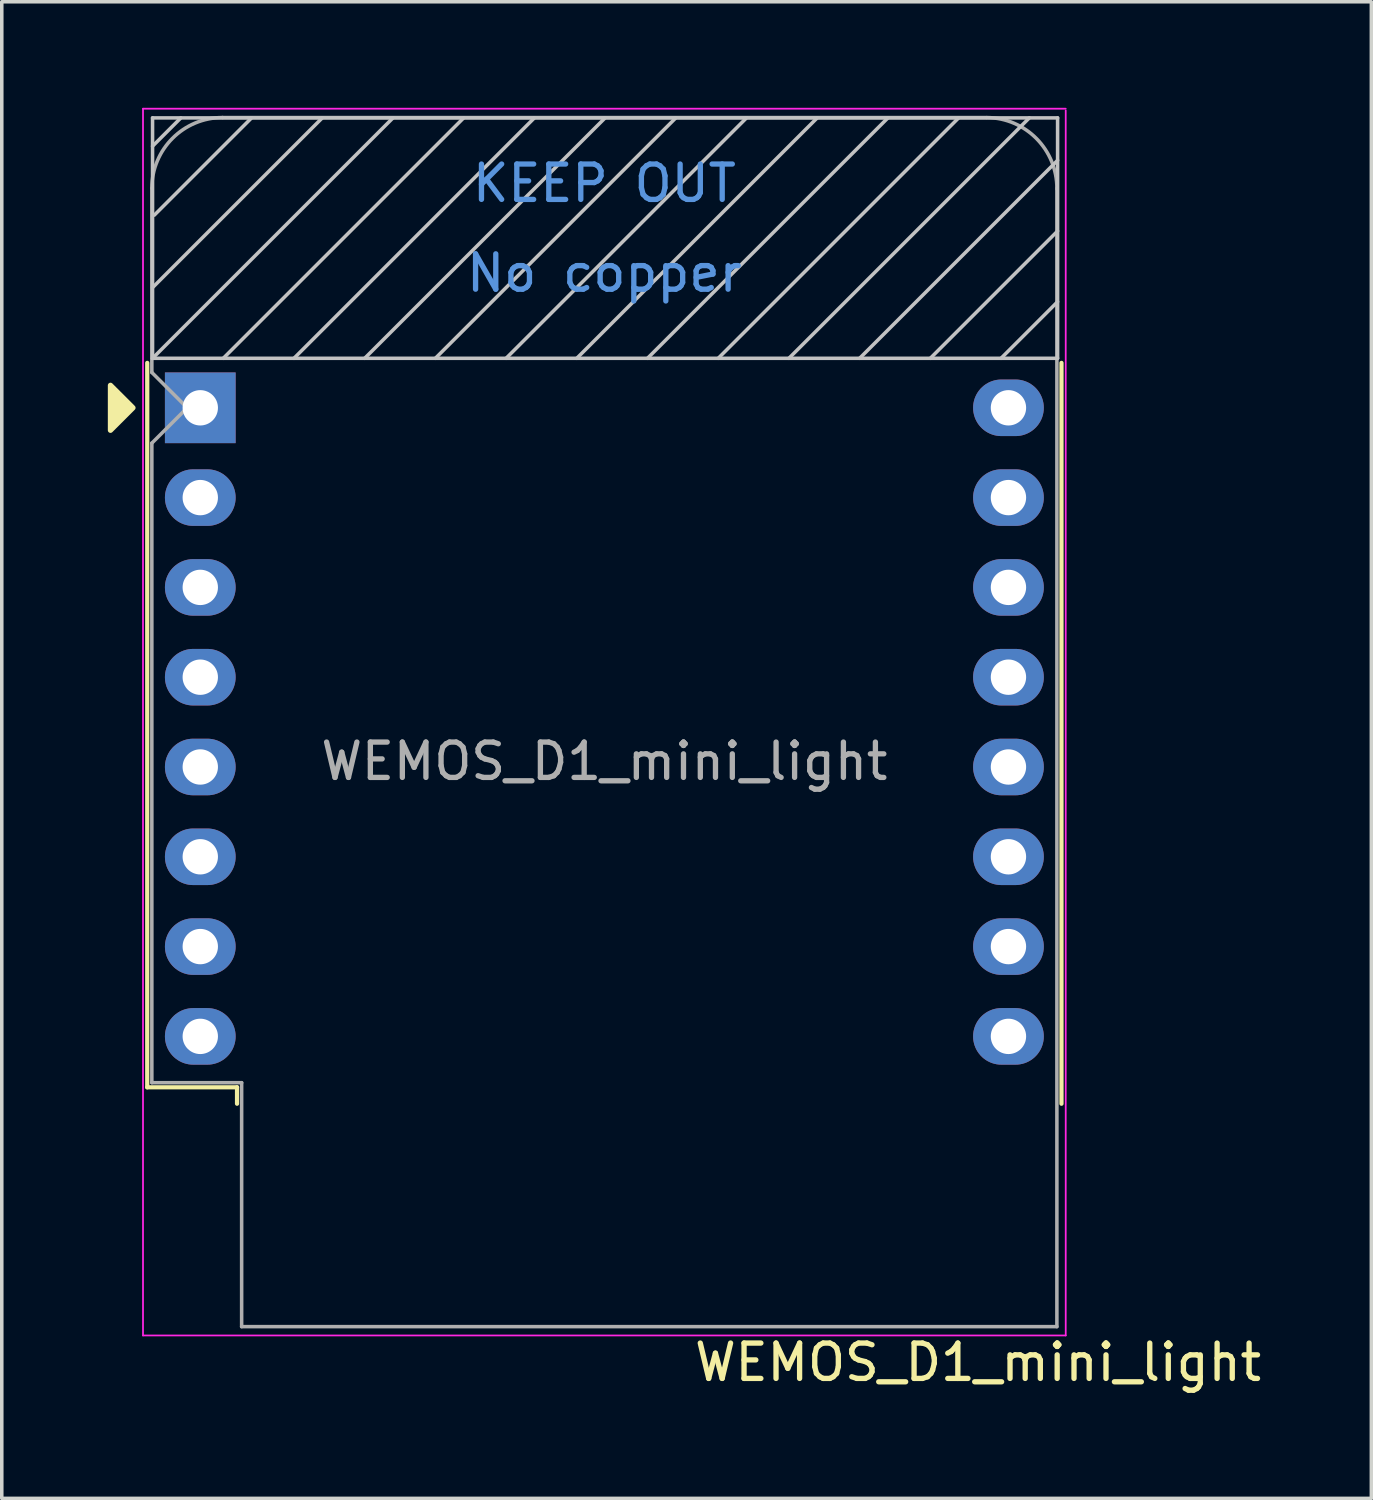
<source format=kicad_pcb>
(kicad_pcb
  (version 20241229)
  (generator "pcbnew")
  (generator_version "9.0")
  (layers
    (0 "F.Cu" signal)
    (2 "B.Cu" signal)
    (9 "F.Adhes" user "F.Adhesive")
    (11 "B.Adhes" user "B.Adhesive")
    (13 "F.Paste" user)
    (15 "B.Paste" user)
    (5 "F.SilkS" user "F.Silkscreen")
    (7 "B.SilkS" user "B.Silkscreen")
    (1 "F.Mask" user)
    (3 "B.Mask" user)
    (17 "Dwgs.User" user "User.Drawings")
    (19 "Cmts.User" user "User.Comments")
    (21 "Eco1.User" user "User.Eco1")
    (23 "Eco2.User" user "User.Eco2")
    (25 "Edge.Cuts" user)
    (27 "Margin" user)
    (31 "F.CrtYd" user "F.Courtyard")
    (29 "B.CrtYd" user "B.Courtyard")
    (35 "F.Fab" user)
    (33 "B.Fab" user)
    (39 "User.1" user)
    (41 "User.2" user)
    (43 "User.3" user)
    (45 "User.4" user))
  (footprint "WEMOS_D1_mini_light"
    (layer "F.Cu")
    (at 2.615 8.485)
    (property "Reference" "WEMOS_D1_mini_light" (at 22 27 0) (layer "F.SilkS") (effects (font (size 1 1) (thickness 0.15))))
    (attr through_hole)
    (fp_line (start -1.5 19.22) (end -1.5 -1.27) (stroke (width 0.12) (type solid)) (layer "F.SilkS"))
    (fp_line (start -1.5 19.22) (end 1.04 19.22) (stroke (width 0.12) (type solid)) (layer "F.SilkS"))
    (fp_line (start 1.04 19.22) (end 1.04 19.685) (stroke (width 0.12) (type solid)) (layer "F.SilkS"))
    (fp_line (start 24.36 19.685) (end 24.36 -1.27) (stroke (width 0.12) (type solid)) (layer "F.SilkS"))
    (fp_poly (pts (xy -2.54 -0.635) (xy -2.54 0.635) (xy -1.905 0)) (stroke (width 0.15) (type solid)) (fill yes) (layer "F.SilkS"))
    (fp_line (start -1.35 -8.2) (end -1.35 -1.4) (stroke (width 0.1) (type solid)) (layer "Dwgs.User"))
    (fp_line (start -1.35 -7.4) (end -0.55 -8.2) (stroke (width 0.1) (type solid)) (layer "Dwgs.User"))
    (fp_line (start -1.35 -3.4) (end 3.45 -8.2) (stroke (width 0.1) (type solid)) (layer "Dwgs.User"))
    (fp_line (start -1.35 -1.4) (end 5.45 -8.2) (stroke (width 0.1) (type solid)) (layer "Dwgs.User"))
    (fp_line (start -1.35 -1.4) (end 24.25 -1.4) (stroke (width 0.1) (type solid)) (layer "Dwgs.User"))
    (fp_line (start -1.3 -5.45) (end 1.45 -8.2) (stroke (width 0.1) (type solid)) (layer "Dwgs.User"))
    (fp_line (start 0.65 -1.4) (end 7.45 -8.2) (stroke (width 0.1) (type solid)) (layer "Dwgs.User"))
    (fp_line (start 2.65 -1.4) (end 9.45 -8.2) (stroke (width 0.1) (type solid)) (layer "Dwgs.User"))
    (fp_line (start 4.65 -1.4) (end 11.45 -8.2) (stroke (width 0.1) (type solid)) (layer "Dwgs.User"))
    (fp_line (start 6.65 -1.4) (end 13.45 -8.2) (stroke (width 0.1) (type solid)) (layer "Dwgs.User"))
    (fp_line (start 8.65 -1.4) (end 15.45 -8.2) (stroke (width 0.1) (type solid)) (layer "Dwgs.User"))
    (fp_line (start 10.65 -1.4) (end 17.45 -8.2) (stroke (width 0.1) (type solid)) (layer "Dwgs.User"))
    (fp_line (start 12.65 -1.4) (end 19.45 -8.2) (stroke (width 0.1) (type solid)) (layer "Dwgs.User"))
    (fp_line (start 14.65 -1.4) (end 21.45 -8.2) (stroke (width 0.1) (type solid)) (layer "Dwgs.User"))
    (fp_line (start 16.65 -1.4) (end 23.45 -8.2) (stroke (width 0.1) (type solid)) (layer "Dwgs.User"))
    (fp_line (start 18.65 -1.4) (end 24.25 -7) (stroke (width 0.1) (type solid)) (layer "Dwgs.User"))
    (fp_line (start 20.65 -1.4) (end 24.25 -5) (stroke (width 0.1) (type solid)) (layer "Dwgs.User"))
    (fp_line (start 22.65 -1.4) (end 24.25 -3) (stroke (width 0.1) (type solid)) (layer "Dwgs.User"))
    (fp_line (start 24.25 -8.2) (end -1.35 -8.2) (stroke (width 0.1) (type solid)) (layer "Dwgs.User"))
    (fp_line (start 24.25 -1.4) (end 24.25 -8.2) (stroke (width 0.1) (type solid)) (layer "Dwgs.User"))
    (fp_line (start -1.62 -8.46) (end 24.48 -8.46) (stroke (width 0.05) (type solid)) (layer "F.CrtYd"))
    (fp_line (start -1.62 26.24) (end -1.62 -8.46) (stroke (width 0.05) (type solid)) (layer "F.CrtYd"))
    (fp_line (start 24.48 -8.41) (end 24.48 26.24) (stroke (width 0.05) (type solid)) (layer "F.CrtYd"))
    (fp_line (start 24.48 26.24) (end -1.62 26.24) (stroke (width 0.05) (type solid)) (layer "F.CrtYd"))
    (fp_line (start -1.37 -6.21) (end -1.37 -1) (stroke (width 0.1) (type solid)) (layer "F.Fab"))
    (fp_line (start -1.37 1) (end -1.37 19.09) (stroke (width 0.1) (type solid)) (layer "F.Fab"))
    (fp_line (start -1.37 1) (end -0.37 0) (stroke (width 0.1) (type solid)) (layer "F.Fab"))
    (fp_line (start -1.37 19.09) (end 1.17 19.09) (stroke (width 0.1) (type solid)) (layer "F.Fab"))
    (fp_line (start -0.37 0) (end -1.37 -1) (stroke (width 0.1) (type solid)) (layer "F.Fab"))
    (fp_line (start 1.17 19.09) (end 1.17 25.99) (stroke (width 0.1) (type solid)) (layer "F.Fab"))
    (fp_line (start 1.17 25.99) (end 24.23 25.99) (stroke (width 0.1) (type solid)) (layer "F.Fab"))
    (fp_line (start 22.23 -8.21) (end 0.63 -8.21) (stroke (width 0.1) (type solid)) (layer "F.Fab"))
    (fp_line (start 24.23 25.99) (end 24.23 -6.21) (stroke (width 0.1) (type solid)) (layer "F.Fab"))
    (fp_arc (start -1.37 -6.21) (mid -0.784214 -7.624214) (end 0.63 -8.21) (stroke (width 0.1) (type solid)) (layer "F.Fab"))
    (fp_arc (start 22.25 -8.21) (mid 23.658356 -7.610071) (end 24.23 -6.19) (stroke (width 0.1) (type solid)) (layer "F.Fab"))
    (fp_text user "No copper" (at 11.43 -3.81 0) (layer "Cmts.User") (effects (font (size 1 1) (thickness 0.15))))
    (fp_text user "KEEP OUT" (at 11.43 -6.35 0) (layer "Cmts.User") (effects (font (size 1 1) (thickness 0.15))))
    (fp_text user "${REFERENCE}" (at 11.43 10 0) (layer "F.Fab") (effects (font (size 1 1) (thickness 0.15))))
    (pad "1" thru_hole rect (at 0 0) (size 2 2) (drill 1) (layers "*.Cu" "*.Mask"))
    (pad "2" thru_hole oval (at 0 2.54) (size 2 1.6) (drill 1) (layers "*.Cu" "*.Mask"))
    (pad "3" thru_hole oval (at 0 5.08) (size 2 1.6) (drill 1) (layers "*.Cu" "*.Mask"))
    (pad "4" thru_hole oval (at 0 7.62) (size 2 1.6) (drill 1) (layers "*.Cu" "*.Mask"))
    (pad "5" thru_hole oval (at 0 10.16) (size 2 1.6) (drill 1) (layers "*.Cu" "*.Mask"))
    (pad "6" thru_hole oval (at 0 12.7) (size 2 1.6) (drill 1) (layers "*.Cu" "*.Mask"))
    (pad "7" thru_hole oval (at 0 15.24) (size 2 1.6) (drill 1) (layers "*.Cu" "*.Mask"))
    (pad "8" thru_hole oval (at 0 17.78) (size 2 1.6) (drill 1) (layers "*.Cu" "*.Mask"))
    (pad "9" thru_hole oval (at 22.86 17.78) (size 2 1.6) (drill 1) (layers "*.Cu" "*.Mask"))
    (pad "10" thru_hole oval (at 22.86 15.24) (size 2 1.6) (drill 1) (layers "*.Cu" "*.Mask"))
    (pad "11" thru_hole oval (at 22.86 12.7) (size 2 1.6) (drill 1) (layers "*.Cu" "*.Mask"))
    (pad "12" thru_hole oval (at 22.86 10.16) (size 2 1.6) (drill 1) (layers "*.Cu" "*.Mask"))
    (pad "13" thru_hole oval (at 22.86 7.62) (size 2 1.6) (drill 1) (layers "*.Cu" "*.Mask"))
    (pad "14" thru_hole oval (at 22.86 5.08) (size 2 1.6) (drill 1) (layers "*.Cu" "*.Mask"))
    (pad "15" thru_hole oval (at 22.86 2.54) (size 2 1.6) (drill 1) (layers "*.Cu" "*.Mask"))
    (pad "16" thru_hole oval (at 22.86 0) (size 2 1.6) (drill 1) (layers "*.Cu" "*.Mask")))
  (gr_rect
    (start -3 -3)
    (end 35.74 39.333)
    (stroke (width 0.1) (type default))
    (fill no)
    (layer "Edge.Cuts")))
</source>
